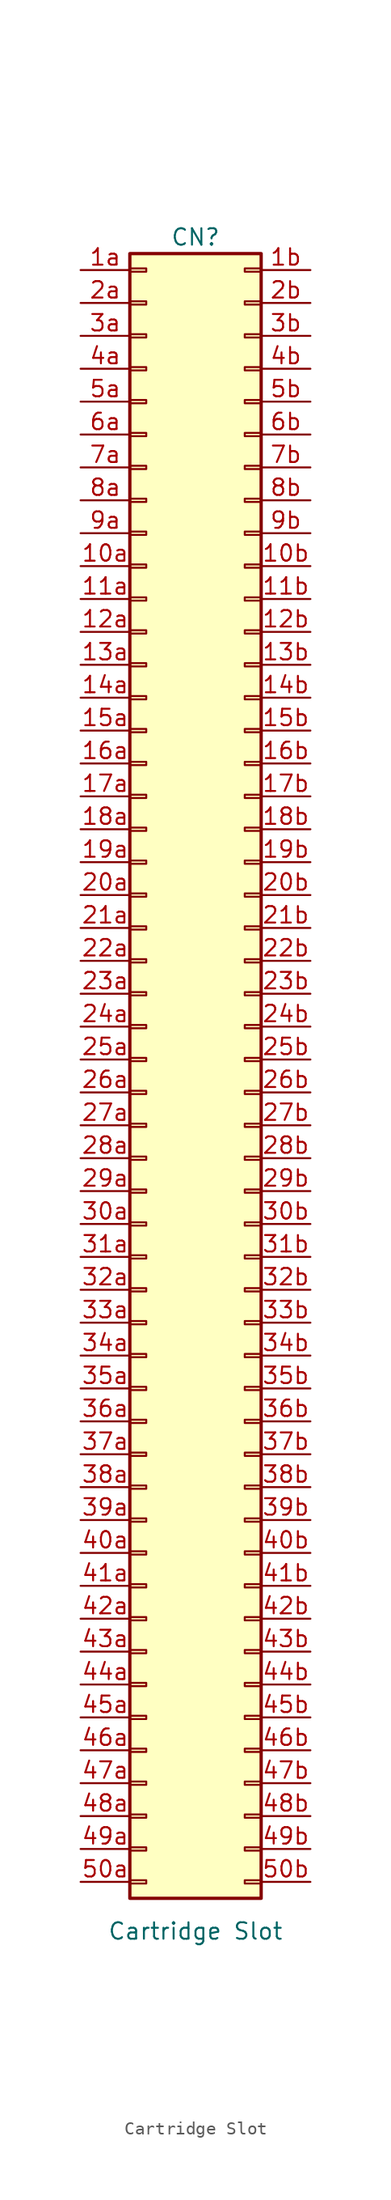
<source format=kicad_sym>
(kicad_symbol_lib
  (version 20211014)
  (generator kicad_symbol_editor)
  (symbol "Cartridge Slot"
    (pin_names
      (offset 1.016) hide)
    (property "Reference" "CN"
      (at 0 50.8 0)
      (effects (font (size 1.27 1.27))))
    (property "Value" "Cartridge Slot"
      (at 0 -80.01 0)
      (effects (font (size 1.27 1.27))))
    (symbol "Cartridge Slot_1_1"
      (rectangle (start -5.08 -76.073) (end -3.81 -76.327) (stroke (width 0.152) (type default) (color 0 0 0 0)) (fill (type none)))
      (rectangle (start -5.08 -73.533) (end -3.81 -73.787) (stroke (width 0.152) (type default) (color 0 0 0 0)) (fill (type none)))
      (rectangle (start -5.08 -70.993) (end -3.81 -71.247) (stroke (width 0.152) (type default) (color 0 0 0 0)) (fill (type none)))
      (rectangle (start -5.08 -68.453) (end -3.81 -68.707) (stroke (width 0.152) (type default) (color 0 0 0 0)) (fill (type none)))
      (rectangle (start -5.08 -65.913) (end -3.81 -66.167) (stroke (width 0.152) (type default) (color 0 0 0 0)) (fill (type none)))
      (rectangle (start -5.08 -63.373) (end -3.81 -63.627) (stroke (width 0.152) (type default) (color 0 0 0 0)) (fill (type none)))
      (rectangle (start -5.08 -60.833) (end -3.81 -61.087) (stroke (width 0.152) (type default) (color 0 0 0 0)) (fill (type none)))
      (rectangle (start -5.08 -58.293) (end -3.81 -58.547) (stroke (width 0.152) (type default) (color 0 0 0 0)) (fill (type none)))
      (rectangle (start -5.08 -55.753) (end -3.81 -56.007) (stroke (width 0.152) (type default) (color 0 0 0 0)) (fill (type none)))
      (rectangle (start -5.08 -53.213) (end -3.81 -53.467) (stroke (width 0.152) (type default) (color 0 0 0 0)) (fill (type none)))
      (rectangle (start -5.08 -50.673) (end -3.81 -50.927) (stroke (width 0.152) (type default) (color 0 0 0 0)) (fill (type none)))
      (rectangle (start -5.08 -48.133) (end -3.81 -48.387) (stroke (width 0.152) (type default) (color 0 0 0 0)) (fill (type none)))
      (rectangle (start -5.08 -45.593) (end -3.81 -45.847) (stroke (width 0.152) (type default) (color 0 0 0 0)) (fill (type none)))
      (rectangle (start -5.08 -43.053) (end -3.81 -43.307) (stroke (width 0.152) (type default) (color 0 0 0 0)) (fill (type none)))
      (rectangle (start -5.08 -40.513) (end -3.81 -40.767) (stroke (width 0.152) (type default) (color 0 0 0 0)) (fill (type none)))
      (rectangle (start -5.08 -37.973) (end -3.81 -38.227) (stroke (width 0.152) (type default) (color 0 0 0 0)) (fill (type none)))
      (rectangle (start -5.08 -35.433) (end -3.81 -35.687) (stroke (width 0.152) (type default) (color 0 0 0 0)) (fill (type none)))
      (rectangle (start -5.08 -32.893) (end -3.81 -33.147) (stroke (width 0.152) (type default) (color 0 0 0 0)) (fill (type none)))
      (rectangle (start -5.08 -30.353) (end -3.81 -30.607) (stroke (width 0.152) (type default) (color 0 0 0 0)) (fill (type none)))
      (rectangle (start -5.08 -27.813) (end -3.81 -28.067) (stroke (width 0.152) (type default) (color 0 0 0 0)) (fill (type none)))
      (rectangle (start -5.08 -25.273) (end -3.81 -25.527) (stroke (width 0.152) (type default) (color 0 0 0 0)) (fill (type none)))
      (rectangle (start -5.08 -22.733) (end -3.81 -22.987) (stroke (width 0.152) (type default) (color 0 0 0 0)) (fill (type none)))
      (rectangle (start -5.08 -20.193) (end -3.81 -20.447) (stroke (width 0.152) (type default) (color 0 0 0 0)) (fill (type none)))
      (rectangle (start -5.08 -17.653) (end -3.81 -17.907) (stroke (width 0.152) (type default) (color 0 0 0 0)) (fill (type none)))
      (rectangle (start -5.08 -15.113) (end -3.81 -15.367) (stroke (width 0.152) (type default) (color 0 0 0 0)) (fill (type none)))
      (rectangle (start -5.08 -12.573) (end -3.81 -12.827) (stroke (width 0.152) (type default) (color 0 0 0 0)) (fill (type none)))
      (rectangle (start -5.08 -10.033) (end -3.81 -10.287) (stroke (width 0.152) (type default) (color 0 0 0 0)) (fill (type none)))
      (rectangle (start -5.08 -7.493) (end -3.81 -7.747) (stroke (width 0.152) (type default) (color 0 0 0 0)) (fill (type none)))
      (rectangle (start -5.08 -4.953) (end -3.81 -5.207) (stroke (width 0.152) (type default) (color 0 0 0 0)) (fill (type none)))
      (rectangle (start -5.08 -2.413) (end -3.81 -2.667) (stroke (width 0.152) (type default) (color 0 0 0 0)) (fill (type none)))
      (rectangle (start -5.08 0.127) (end -3.81 -0.127) (stroke (width 0.152) (type default) (color 0 0 0 0)) (fill (type none)))
      (rectangle (start -5.08 2.667) (end -3.81 2.413) (stroke (width 0.152) (type default) (color 0 0 0 0)) (fill (type none)))
      (rectangle (start -5.08 5.207) (end -3.81 4.953) (stroke (width 0.152) (type default) (color 0 0 0 0)) (fill (type none)))
      (rectangle (start -5.08 7.747) (end -3.81 7.493) (stroke (width 0.152) (type default) (color 0 0 0 0)) (fill (type none)))
      (rectangle (start -5.08 10.287) (end -3.81 10.033) (stroke (width 0.152) (type default) (color 0 0 0 0)) (fill (type none)))
      (rectangle (start -5.08 12.827) (end -3.81 12.573) (stroke (width 0.152) (type default) (color 0 0 0 0)) (fill (type none)))
      (rectangle (start -5.08 15.367) (end -3.81 15.113) (stroke (width 0.152) (type default) (color 0 0 0 0)) (fill (type none)))
      (rectangle (start -5.08 17.907) (end -3.81 17.653) (stroke (width 0.152) (type default) (color 0 0 0 0)) (fill (type none)))
      (rectangle (start -5.08 20.447) (end -3.81 20.193) (stroke (width 0.152) (type default) (color 0 0 0 0)) (fill (type none)))
      (rectangle (start -5.08 22.987) (end -3.81 22.733) (stroke (width 0.152) (type default) (color 0 0 0 0)) (fill (type none)))
      (rectangle (start -5.08 25.527) (end -3.81 25.273) (stroke (width 0.152) (type default) (color 0 0 0 0)) (fill (type none)))
      (rectangle (start -5.08 28.067) (end -3.81 27.813) (stroke (width 0.152) (type default) (color 0 0 0 0)) (fill (type none)))
      (rectangle (start -5.08 30.607) (end -3.81 30.353) (stroke (width 0.152) (type default) (color 0 0 0 0)) (fill (type none)))
      (rectangle (start -5.08 33.147) (end -3.81 32.893) (stroke (width 0.152) (type default) (color 0 0 0 0)) (fill (type none)))
      (rectangle (start -5.08 35.687) (end -3.81 35.433) (stroke (width 0.152) (type default) (color 0 0 0 0)) (fill (type none)))
      (rectangle (start -5.08 38.227) (end -3.81 37.973) (stroke (width 0.152) (type default) (color 0 0 0 0)) (fill (type none)))
      (rectangle (start -5.08 40.767) (end -3.81 40.513) (stroke (width 0.152) (type default) (color 0 0 0 0)) (fill (type none)))
      (rectangle (start -5.08 43.307) (end -3.81 43.053) (stroke (width 0.152) (type default) (color 0 0 0 0)) (fill (type none)))
      (rectangle (start -5.08 45.847) (end -3.81 45.593) (stroke (width 0.152) (type default) (color 0 0 0 0)) (fill (type none)))
      (rectangle (start -5.08 48.387) (end -3.81 48.133) (stroke (width 0.152) (type default) (color 0 0 0 0)) (fill (type none)))
      (rectangle (start -5.08 49.53) (end 5.08 -77.47) (stroke (width 0.254) (type default) (color 0 0 0 0)) (fill (type background)))
      (rectangle (start 5.08 -76.073) (end 3.81 -76.327) (stroke (width 0.152) (type default) (color 0 0 0 0)) (fill (type none)))
      (rectangle (start 5.08 -73.533) (end 3.81 -73.787) (stroke (width 0.152) (type default) (color 0 0 0 0)) (fill (type none)))
      (rectangle (start 5.08 -70.993) (end 3.81 -71.247) (stroke (width 0.152) (type default) (color 0 0 0 0)) (fill (type none)))
      (rectangle (start 5.08 -68.453) (end 3.81 -68.707) (stroke (width 0.152) (type default) (color 0 0 0 0)) (fill (type none)))
      (rectangle (start 5.08 -65.913) (end 3.81 -66.167) (stroke (width 0.152) (type default) (color 0 0 0 0)) (fill (type none)))
      (rectangle (start 5.08 -63.373) (end 3.81 -63.627) (stroke (width 0.152) (type default) (color 0 0 0 0)) (fill (type none)))
      (rectangle (start 5.08 -60.833) (end 3.81 -61.087) (stroke (width 0.152) (type default) (color 0 0 0 0)) (fill (type none)))
      (rectangle (start 5.08 -58.293) (end 3.81 -58.547) (stroke (width 0.152) (type default) (color 0 0 0 0)) (fill (type none)))
      (rectangle (start 5.08 -55.753) (end 3.81 -56.007) (stroke (width 0.152) (type default) (color 0 0 0 0)) (fill (type none)))
      (rectangle (start 5.08 -53.213) (end 3.81 -53.467) (stroke (width 0.152) (type default) (color 0 0 0 0)) (fill (type none)))
      (rectangle (start 5.08 -50.673) (end 3.81 -50.927) (stroke (width 0.152) (type default) (color 0 0 0 0)) (fill (type none)))
      (rectangle (start 5.08 -48.133) (end 3.81 -48.387) (stroke (width 0.152) (type default) (color 0 0 0 0)) (fill (type none)))
      (rectangle (start 5.08 -45.593) (end 3.81 -45.847) (stroke (width 0.152) (type default) (color 0 0 0 0)) (fill (type none)))
      (rectangle (start 5.08 -43.053) (end 3.81 -43.307) (stroke (width 0.152) (type default) (color 0 0 0 0)) (fill (type none)))
      (rectangle (start 5.08 -40.513) (end 3.81 -40.767) (stroke (width 0.152) (type default) (color 0 0 0 0)) (fill (type none)))
      (rectangle (start 5.08 -37.973) (end 3.81 -38.227) (stroke (width 0.152) (type default) (color 0 0 0 0)) (fill (type none)))
      (rectangle (start 5.08 -35.433) (end 3.81 -35.687) (stroke (width 0.152) (type default) (color 0 0 0 0)) (fill (type none)))
      (rectangle (start 5.08 -32.893) (end 3.81 -33.147) (stroke (width 0.152) (type default) (color 0 0 0 0)) (fill (type none)))
      (rectangle (start 5.08 -30.353) (end 3.81 -30.607) (stroke (width 0.152) (type default) (color 0 0 0 0)) (fill (type none)))
      (rectangle (start 5.08 -27.813) (end 3.81 -28.067) (stroke (width 0.152) (type default) (color 0 0 0 0)) (fill (type none)))
      (rectangle (start 5.08 -25.273) (end 3.81 -25.527) (stroke (width 0.152) (type default) (color 0 0 0 0)) (fill (type none)))
      (rectangle (start 5.08 -22.733) (end 3.81 -22.987) (stroke (width 0.152) (type default) (color 0 0 0 0)) (fill (type none)))
      (rectangle (start 5.08 -20.193) (end 3.81 -20.447) (stroke (width 0.152) (type default) (color 0 0 0 0)) (fill (type none)))
      (rectangle (start 5.08 -17.653) (end 3.81 -17.907) (stroke (width 0.152) (type default) (color 0 0 0 0)) (fill (type none)))
      (rectangle (start 5.08 -15.113) (end 3.81 -15.367) (stroke (width 0.152) (type default) (color 0 0 0 0)) (fill (type none)))
      (rectangle (start 5.08 -12.573) (end 3.81 -12.827) (stroke (width 0.152) (type default) (color 0 0 0 0)) (fill (type none)))
      (rectangle (start 5.08 -10.033) (end 3.81 -10.287) (stroke (width 0.152) (type default) (color 0 0 0 0)) (fill (type none)))
      (rectangle (start 5.08 -7.493) (end 3.81 -7.747) (stroke (width 0.152) (type default) (color 0 0 0 0)) (fill (type none)))
      (rectangle (start 5.08 -4.953) (end 3.81 -5.207) (stroke (width 0.152) (type default) (color 0 0 0 0)) (fill (type none)))
      (rectangle (start 5.08 -2.413) (end 3.81 -2.667) (stroke (width 0.152) (type default) (color 0 0 0 0)) (fill (type none)))
      (rectangle (start 5.08 0.127) (end 3.81 -0.127) (stroke (width 0.152) (type default) (color 0 0 0 0)) (fill (type none)))
      (rectangle (start 5.08 2.667) (end 3.81 2.413) (stroke (width 0.152) (type default) (color 0 0 0 0)) (fill (type none)))
      (rectangle (start 5.08 5.207) (end 3.81 4.953) (stroke (width 0.152) (type default) (color 0 0 0 0)) (fill (type none)))
      (rectangle (start 5.08 7.747) (end 3.81 7.493) (stroke (width 0.152) (type default) (color 0 0 0 0)) (fill (type none)))
      (rectangle (start 5.08 10.287) (end 3.81 10.033) (stroke (width 0.152) (type default) (color 0 0 0 0)) (fill (type none)))
      (rectangle (start 5.08 12.827) (end 3.81 12.573) (stroke (width 0.152) (type default) (color 0 0 0 0)) (fill (type none)))
      (rectangle (start 5.08 15.367) (end 3.81 15.113) (stroke (width 0.152) (type default) (color 0 0 0 0)) (fill (type none)))
      (rectangle (start 5.08 17.907) (end 3.81 17.653) (stroke (width 0.152) (type default) (color 0 0 0 0)) (fill (type none)))
      (rectangle (start 5.08 20.447) (end 3.81 20.193) (stroke (width 0.152) (type default) (color 0 0 0 0)) (fill (type none)))
      (rectangle (start 5.08 22.987) (end 3.81 22.733) (stroke (width 0.152) (type default) (color 0 0 0 0)) (fill (type none)))
      (rectangle (start 5.08 25.527) (end 3.81 25.273) (stroke (width 0.152) (type default) (color 0 0 0 0)) (fill (type none)))
      (rectangle (start 5.08 28.067) (end 3.81 27.813) (stroke (width 0.152) (type default) (color 0 0 0 0)) (fill (type none)))
      (rectangle (start 5.08 30.607) (end 3.81 30.353) (stroke (width 0.152) (type default) (color 0 0 0 0)) (fill (type none)))
      (rectangle (start 5.08 33.147) (end 3.81 32.893) (stroke (width 0.152) (type default) (color 0 0 0 0)) (fill (type none)))
      (rectangle (start 5.08 35.687) (end 3.81 35.433) (stroke (width 0.152) (type default) (color 0 0 0 0)) (fill (type none)))
      (rectangle (start 5.08 38.227) (end 3.81 37.973) (stroke (width 0.152) (type default) (color 0 0 0 0)) (fill (type none)))
      (rectangle (start 5.08 40.767) (end 3.81 40.513) (stroke (width 0.152) (type default) (color 0 0 0 0)) (fill (type none)))
      (rectangle (start 5.08 43.307) (end 3.81 43.053) (stroke (width 0.152) (type default) (color 0 0 0 0)) (fill (type none)))
      (rectangle (start 5.08 45.847) (end 3.81 45.593) (stroke (width 0.152) (type default) (color 0 0 0 0)) (fill (type none)))
      (rectangle (start 5.08 48.387) (end 3.81 48.133) (stroke (width 0.152) (type default) (color 0 0 0 0)) (fill (type none)))
      (pin passive line (at -8.89 25.4 0) (length 3.81) (name "Pin_10a" (effects (font (size 1.27 1.27)))) (number "10a" (effects (font (size 1.27 1.27)))))
      (pin passive line (at 8.89 25.4 180) (length 3.81) (name "Pin_10b" (effects (font (size 1.27 1.27)))) (number "10b" (effects (font (size 1.27 1.27)))))
      (pin passive line (at -8.89 22.86 0) (length 3.81) (name "Pin_11a" (effects (font (size 1.27 1.27)))) (number "11a" (effects (font (size 1.27 1.27)))))
      (pin passive line (at 8.89 22.86 180) (length 3.81) (name "Pin_11b" (effects (font (size 1.27 1.27)))) (number "11b" (effects (font (size 1.27 1.27)))))
      (pin passive line (at -8.89 20.32 0) (length 3.81) (name "Pin_12a" (effects (font (size 1.27 1.27)))) (number "12a" (effects (font (size 1.27 1.27)))))
      (pin passive line (at 8.89 20.32 180) (length 3.81) (name "Pin_12b" (effects (font (size 1.27 1.27)))) (number "12b" (effects (font (size 1.27 1.27)))))
      (pin passive line (at -8.89 17.78 0) (length 3.81) (name "Pin_13a" (effects (font (size 1.27 1.27)))) (number "13a" (effects (font (size 1.27 1.27)))))
      (pin passive line (at 8.89 17.78 180) (length 3.81) (name "Pin_13b" (effects (font (size 1.27 1.27)))) (number "13b" (effects (font (size 1.27 1.27)))))
      (pin passive line (at -8.89 15.24 0) (length 3.81) (name "Pin_14a" (effects (font (size 1.27 1.27)))) (number "14a" (effects (font (size 1.27 1.27)))))
      (pin passive line (at 8.89 15.24 180) (length 3.81) (name "Pin_14b" (effects (font (size 1.27 1.27)))) (number "14b" (effects (font (size 1.27 1.27)))))
      (pin passive line (at -8.89 12.7 0) (length 3.81) (name "Pin_15a" (effects (font (size 1.27 1.27)))) (number "15a" (effects (font (size 1.27 1.27)))))
      (pin passive line (at 8.89 12.7 180) (length 3.81) (name "Pin_15b" (effects (font (size 1.27 1.27)))) (number "15b" (effects (font (size 1.27 1.27)))))
      (pin passive line (at -8.89 10.16 0) (length 3.81) (name "Pin_16a" (effects (font (size 1.27 1.27)))) (number "16a" (effects (font (size 1.27 1.27)))))
      (pin passive line (at 8.89 10.16 180) (length 3.81) (name "Pin_16b" (effects (font (size 1.27 1.27)))) (number "16b" (effects (font (size 1.27 1.27)))))
      (pin passive line (at -8.89 7.62 0) (length 3.81) (name "Pin_17a" (effects (font (size 1.27 1.27)))) (number "17a" (effects (font (size 1.27 1.27)))))
      (pin passive line (at 8.89 7.62 180) (length 3.81) (name "Pin_17b" (effects (font (size 1.27 1.27)))) (number "17b" (effects (font (size 1.27 1.27)))))
      (pin passive line (at -8.89 5.08 0) (length 3.81) (name "Pin_18a" (effects (font (size 1.27 1.27)))) (number "18a" (effects (font (size 1.27 1.27)))))
      (pin passive line (at 8.89 5.08 180) (length 3.81) (name "Pin_18b" (effects (font (size 1.27 1.27)))) (number "18b" (effects (font (size 1.27 1.27)))))
      (pin passive line (at -8.89 2.54 0) (length 3.81) (name "Pin_19a" (effects (font (size 1.27 1.27)))) (number "19a" (effects (font (size 1.27 1.27)))))
      (pin passive line (at 8.89 2.54 180) (length 3.81) (name "Pin_19b" (effects (font (size 1.27 1.27)))) (number "19b" (effects (font (size 1.27 1.27)))))
      (pin passive line (at -8.89 48.26 0) (length 3.81) (name "Pin_1a" (effects (font (size 1.27 1.27)))) (number "1a" (effects (font (size 1.27 1.27)))))
      (pin passive line (at 8.89 48.26 180) (length 3.81) (name "Pin_1b" (effects (font (size 1.27 1.27)))) (number "1b" (effects (font (size 1.27 1.27)))))
      (pin passive line (at -8.89 0 0) (length 3.81) (name "Pin_20a" (effects (font (size 1.27 1.27)))) (number "20a" (effects (font (size 1.27 1.27)))))
      (pin passive line (at 8.89 0 180) (length 3.81) (name "Pin_20b" (effects (font (size 1.27 1.27)))) (number "20b" (effects (font (size 1.27 1.27)))))
      (pin passive line (at -8.89 -2.54 0) (length 3.81) (name "Pin_21a" (effects (font (size 1.27 1.27)))) (number "21a" (effects (font (size 1.27 1.27)))))
      (pin passive line (at 8.89 -2.54 180) (length 3.81) (name "Pin_21b" (effects (font (size 1.27 1.27)))) (number "21b" (effects (font (size 1.27 1.27)))))
      (pin passive line (at -8.89 -5.08 0) (length 3.81) (name "Pin_22a" (effects (font (size 1.27 1.27)))) (number "22a" (effects (font (size 1.27 1.27)))))
      (pin passive line (at 8.89 -5.08 180) (length 3.81) (name "Pin_22b" (effects (font (size 1.27 1.27)))) (number "22b" (effects (font (size 1.27 1.27)))))
      (pin passive line (at -8.89 -7.62 0) (length 3.81) (name "Pin_23a" (effects (font (size 1.27 1.27)))) (number "23a" (effects (font (size 1.27 1.27)))))
      (pin passive line (at 8.89 -7.62 180) (length 3.81) (name "Pin_23b" (effects (font (size 1.27 1.27)))) (number "23b" (effects (font (size 1.27 1.27)))))
      (pin passive line (at -8.89 -10.16 0) (length 3.81) (name "Pin_24a" (effects (font (size 1.27 1.27)))) (number "24a" (effects (font (size 1.27 1.27)))))
      (pin passive line (at 8.89 -10.16 180) (length 3.81) (name "Pin_24b" (effects (font (size 1.27 1.27)))) (number "24b" (effects (font (size 1.27 1.27)))))
      (pin passive line (at -8.89 -12.7 0) (length 3.81) (name "Pin_25a" (effects (font (size 1.27 1.27)))) (number "25a" (effects (font (size 1.27 1.27)))))
      (pin passive line (at 8.89 -12.7 180) (length 3.81) (name "Pin_25b" (effects (font (size 1.27 1.27)))) (number "25b" (effects (font (size 1.27 1.27)))))
      (pin passive line (at -8.89 -15.24 0) (length 3.81) (name "Pin_26a" (effects (font (size 1.27 1.27)))) (number "26a" (effects (font (size 1.27 1.27)))))
      (pin passive line (at 8.89 -15.24 180) (length 3.81) (name "Pin_26b" (effects (font (size 1.27 1.27)))) (number "26b" (effects (font (size 1.27 1.27)))))
      (pin passive line (at -8.89 -17.78 0) (length 3.81) (name "Pin_27a" (effects (font (size 1.27 1.27)))) (number "27a" (effects (font (size 1.27 1.27)))))
      (pin passive line (at 8.89 -17.78 180) (length 3.81) (name "Pin_27b" (effects (font (size 1.27 1.27)))) (number "27b" (effects (font (size 1.27 1.27)))))
      (pin passive line (at -8.89 -20.32 0) (length 3.81) (name "Pin_28a" (effects (font (size 1.27 1.27)))) (number "28a" (effects (font (size 1.27 1.27)))))
      (pin passive line (at 8.89 -20.32 180) (length 3.81) (name "Pin_28b" (effects (font (size 1.27 1.27)))) (number "28b" (effects (font (size 1.27 1.27)))))
      (pin passive line (at -8.89 -22.86 0) (length 3.81) (name "Pin_29a" (effects (font (size 1.27 1.27)))) (number "29a" (effects (font (size 1.27 1.27)))))
      (pin passive line (at 8.89 -22.86 180) (length 3.81) (name "Pin_29b" (effects (font (size 1.27 1.27)))) (number "29b" (effects (font (size 1.27 1.27)))))
      (pin passive line (at -8.89 45.72 0) (length 3.81) (name "Pin_2a" (effects (font (size 1.27 1.27)))) (number "2a" (effects (font (size 1.27 1.27)))))
      (pin passive line (at 8.89 45.72 180) (length 3.81) (name "Pin_2b" (effects (font (size 1.27 1.27)))) (number "2b" (effects (font (size 1.27 1.27)))))
      (pin passive line (at -8.89 -25.4 0) (length 3.81) (name "Pin_30a" (effects (font (size 1.27 1.27)))) (number "30a" (effects (font (size 1.27 1.27)))))
      (pin passive line (at 8.89 -25.4 180) (length 3.81) (name "Pin_30b" (effects (font (size 1.27 1.27)))) (number "30b" (effects (font (size 1.27 1.27)))))
      (pin passive line (at -8.89 -27.94 0) (length 3.81) (name "Pin_31a" (effects (font (size 1.27 1.27)))) (number "31a" (effects (font (size 1.27 1.27)))))
      (pin passive line (at 8.89 -27.94 180) (length 3.81) (name "Pin_31b" (effects (font (size 1.27 1.27)))) (number "31b" (effects (font (size 1.27 1.27)))))
      (pin passive line (at -8.89 -30.48 0) (length 3.81) (name "Pin_32a" (effects (font (size 1.27 1.27)))) (number "32a" (effects (font (size 1.27 1.27)))))
      (pin passive line (at 8.89 -30.48 180) (length 3.81) (name "Pin_32b" (effects (font (size 1.27 1.27)))) (number "32b" (effects (font (size 1.27 1.27)))))
      (pin passive line (at -8.89 -33.02 0) (length 3.81) (name "Pin_33a" (effects (font (size 1.27 1.27)))) (number "33a" (effects (font (size 1.27 1.27)))))
      (pin passive line (at 8.89 -33.02 180) (length 3.81) (name "Pin_33b" (effects (font (size 1.27 1.27)))) (number "33b" (effects (font (size 1.27 1.27)))))
      (pin passive line (at -8.89 -35.56 0) (length 3.81) (name "Pin_34a" (effects (font (size 1.27 1.27)))) (number "34a" (effects (font (size 1.27 1.27)))))
      (pin passive line (at 8.89 -35.56 180) (length 3.81) (name "Pin_34b" (effects (font (size 1.27 1.27)))) (number "34b" (effects (font (size 1.27 1.27)))))
      (pin passive line (at -8.89 -38.1 0) (length 3.81) (name "Pin_35a" (effects (font (size 1.27 1.27)))) (number "35a" (effects (font (size 1.27 1.27)))))
      (pin passive line (at 8.89 -38.1 180) (length 3.81) (name "Pin_35b" (effects (font (size 1.27 1.27)))) (number "35b" (effects (font (size 1.27 1.27)))))
      (pin passive line (at -8.89 -40.64 0) (length 3.81) (name "Pin_36a" (effects (font (size 1.27 1.27)))) (number "36a" (effects (font (size 1.27 1.27)))))
      (pin passive line (at 8.89 -40.64 180) (length 3.81) (name "Pin_36b" (effects (font (size 1.27 1.27)))) (number "36b" (effects (font (size 1.27 1.27)))))
      (pin passive line (at -8.89 -43.18 0) (length 3.81) (name "Pin_37a" (effects (font (size 1.27 1.27)))) (number "37a" (effects (font (size 1.27 1.27)))))
      (pin passive line (at 8.89 -43.18 180) (length 3.81) (name "Pin_37b" (effects (font (size 1.27 1.27)))) (number "37b" (effects (font (size 1.27 1.27)))))
      (pin passive line (at -8.89 -45.72 0) (length 3.81) (name "Pin_38a" (effects (font (size 1.27 1.27)))) (number "38a" (effects (font (size 1.27 1.27)))))
      (pin passive line (at 8.89 -45.72 180) (length 3.81) (name "Pin_38b" (effects (font (size 1.27 1.27)))) (number "38b" (effects (font (size 1.27 1.27)))))
      (pin passive line (at -8.89 -48.26 0) (length 3.81) (name "Pin_39a" (effects (font (size 1.27 1.27)))) (number "39a" (effects (font (size 1.27 1.27)))))
      (pin passive line (at 8.89 -48.26 180) (length 3.81) (name "Pin_39b" (effects (font (size 1.27 1.27)))) (number "39b" (effects (font (size 1.27 1.27)))))
      (pin passive line (at -8.89 43.18 0) (length 3.81) (name "Pin_3a" (effects (font (size 1.27 1.27)))) (number "3a" (effects (font (size 1.27 1.27)))))
      (pin passive line (at 8.89 43.18 180) (length 3.81) (name "Pin_3b" (effects (font (size 1.27 1.27)))) (number "3b" (effects (font (size 1.27 1.27)))))
      (pin passive line (at -8.89 -50.8 0) (length 3.81) (name "Pin_40a" (effects (font (size 1.27 1.27)))) (number "40a" (effects (font (size 1.27 1.27)))))
      (pin passive line (at 8.89 -50.8 180) (length 3.81) (name "Pin_40b" (effects (font (size 1.27 1.27)))) (number "40b" (effects (font (size 1.27 1.27)))))
      (pin passive line (at -8.89 -53.34 0) (length 3.81) (name "Pin_41a" (effects (font (size 1.27 1.27)))) (number "41a" (effects (font (size 1.27 1.27)))))
      (pin passive line (at 8.89 -53.34 180) (length 3.81) (name "Pin_41b" (effects (font (size 1.27 1.27)))) (number "41b" (effects (font (size 1.27 1.27)))))
      (pin passive line (at -8.89 -55.88 0) (length 3.81) (name "Pin_42a" (effects (font (size 1.27 1.27)))) (number "42a" (effects (font (size 1.27 1.27)))))
      (pin passive line (at 8.89 -55.88 180) (length 3.81) (name "Pin_42b" (effects (font (size 1.27 1.27)))) (number "42b" (effects (font (size 1.27 1.27)))))
      (pin passive line (at -8.89 -58.42 0) (length 3.81) (name "Pin_43a" (effects (font (size 1.27 1.27)))) (number "43a" (effects (font (size 1.27 1.27)))))
      (pin passive line (at 8.89 -58.42 180) (length 3.81) (name "Pin_43b" (effects (font (size 1.27 1.27)))) (number "43b" (effects (font (size 1.27 1.27)))))
      (pin passive line (at -8.89 -60.96 0) (length 3.81) (name "Pin_44a" (effects (font (size 1.27 1.27)))) (number "44a" (effects (font (size 1.27 1.27)))))
      (pin passive line (at 8.89 -60.96 180) (length 3.81) (name "Pin_44b" (effects (font (size 1.27 1.27)))) (number "44b" (effects (font (size 1.27 1.27)))))
      (pin passive line (at -8.89 -63.5 0) (length 3.81) (name "Pin_45a" (effects (font (size 1.27 1.27)))) (number "45a" (effects (font (size 1.27 1.27)))))
      (pin passive line (at 8.89 -63.5 180) (length 3.81) (name "Pin_45b" (effects (font (size 1.27 1.27)))) (number "45b" (effects (font (size 1.27 1.27)))))
      (pin passive line (at -8.89 -66.04 0) (length 3.81) (name "Pin_46a" (effects (font (size 1.27 1.27)))) (number "46a" (effects (font (size 1.27 1.27)))))
      (pin passive line (at 8.89 -66.04 180) (length 3.81) (name "Pin_46b" (effects (font (size 1.27 1.27)))) (number "46b" (effects (font (size 1.27 1.27)))))
      (pin passive line (at -8.89 -68.58 0) (length 3.81) (name "Pin_47a" (effects (font (size 1.27 1.27)))) (number "47a" (effects (font (size 1.27 1.27)))))
      (pin passive line (at 8.89 -68.58 180) (length 3.81) (name "Pin_47b" (effects (font (size 1.27 1.27)))) (number "47b" (effects (font (size 1.27 1.27)))))
      (pin passive line (at -8.89 -71.12 0) (length 3.81) (name "Pin_48a" (effects (font (size 1.27 1.27)))) (number "48a" (effects (font (size 1.27 1.27)))))
      (pin passive line (at 8.89 -71.12 180) (length 3.81) (name "Pin_48b" (effects (font (size 1.27 1.27)))) (number "48b" (effects (font (size 1.27 1.27)))))
      (pin passive line (at -8.89 -73.66 0) (length 3.81) (name "Pin_49a" (effects (font (size 1.27 1.27)))) (number "49a" (effects (font (size 1.27 1.27)))))
      (pin passive line (at 8.89 -73.66 180) (length 3.81) (name "Pin_49b" (effects (font (size 1.27 1.27)))) (number "49b" (effects (font (size 1.27 1.27)))))
      (pin passive line (at -8.89 40.64 0) (length 3.81) (name "Pin_4a" (effects (font (size 1.27 1.27)))) (number "4a" (effects (font (size 1.27 1.27)))))
      (pin passive line (at 8.89 40.64 180) (length 3.81) (name "Pin_4b" (effects (font (size 1.27 1.27)))) (number "4b" (effects (font (size 1.27 1.27)))))
      (pin passive line (at -8.89 -76.2 0) (length 3.81) (name "Pin_50a" (effects (font (size 1.27 1.27)))) (number "50a" (effects (font (size 1.27 1.27)))))
      (pin passive line (at 8.89 -76.2 180) (length 3.81) (name "Pin_50b" (effects (font (size 1.27 1.27)))) (number "50b" (effects (font (size 1.27 1.27)))))
      (pin passive line (at -8.89 38.1 0) (length 3.81) (name "Pin_5a" (effects (font (size 1.27 1.27)))) (number "5a" (effects (font (size 1.27 1.27)))))
      (pin passive line (at 8.89 38.1 180) (length 3.81) (name "Pin_5b" (effects (font (size 1.27 1.27)))) (number "5b" (effects (font (size 1.27 1.27)))))
      (pin passive line (at -8.89 35.56 0) (length 3.81) (name "Pin_6a" (effects (font (size 1.27 1.27)))) (number "6a" (effects (font (size 1.27 1.27)))))
      (pin passive line (at 8.89 35.56 180) (length 3.81) (name "Pin_6b" (effects (font (size 1.27 1.27)))) (number "6b" (effects (font (size 1.27 1.27)))))
      (pin passive line (at -8.89 33.02 0) (length 3.81) (name "Pin_7a" (effects (font (size 1.27 1.27)))) (number "7a" (effects (font (size 1.27 1.27)))))
      (pin passive line (at 8.89 33.02 180) (length 3.81) (name "Pin_7b" (effects (font (size 1.27 1.27)))) (number "7b" (effects (font (size 1.27 1.27)))))
      (pin passive line (at -8.89 30.48 0) (length 3.81) (name "Pin_8a" (effects (font (size 1.27 1.27)))) (number "8a" (effects (font (size 1.27 1.27)))))
      (pin passive line (at 8.89 30.48 180) (length 3.81) (name "Pin_8b" (effects (font (size 1.27 1.27)))) (number "8b" (effects (font (size 1.27 1.27)))))
      (pin passive line (at -8.89 27.94 0) (length 3.81) (name "Pin_9a" (effects (font (size 1.27 1.27)))) (number "9a" (effects (font (size 1.27 1.27)))))
      (pin passive line (at 8.89 27.94 180) (length 3.81) (name "Pin_9b" (effects (font (size 1.27 1.27)))) (number "9b" (effects (font (size 1.27 1.27))))))))
</source>
